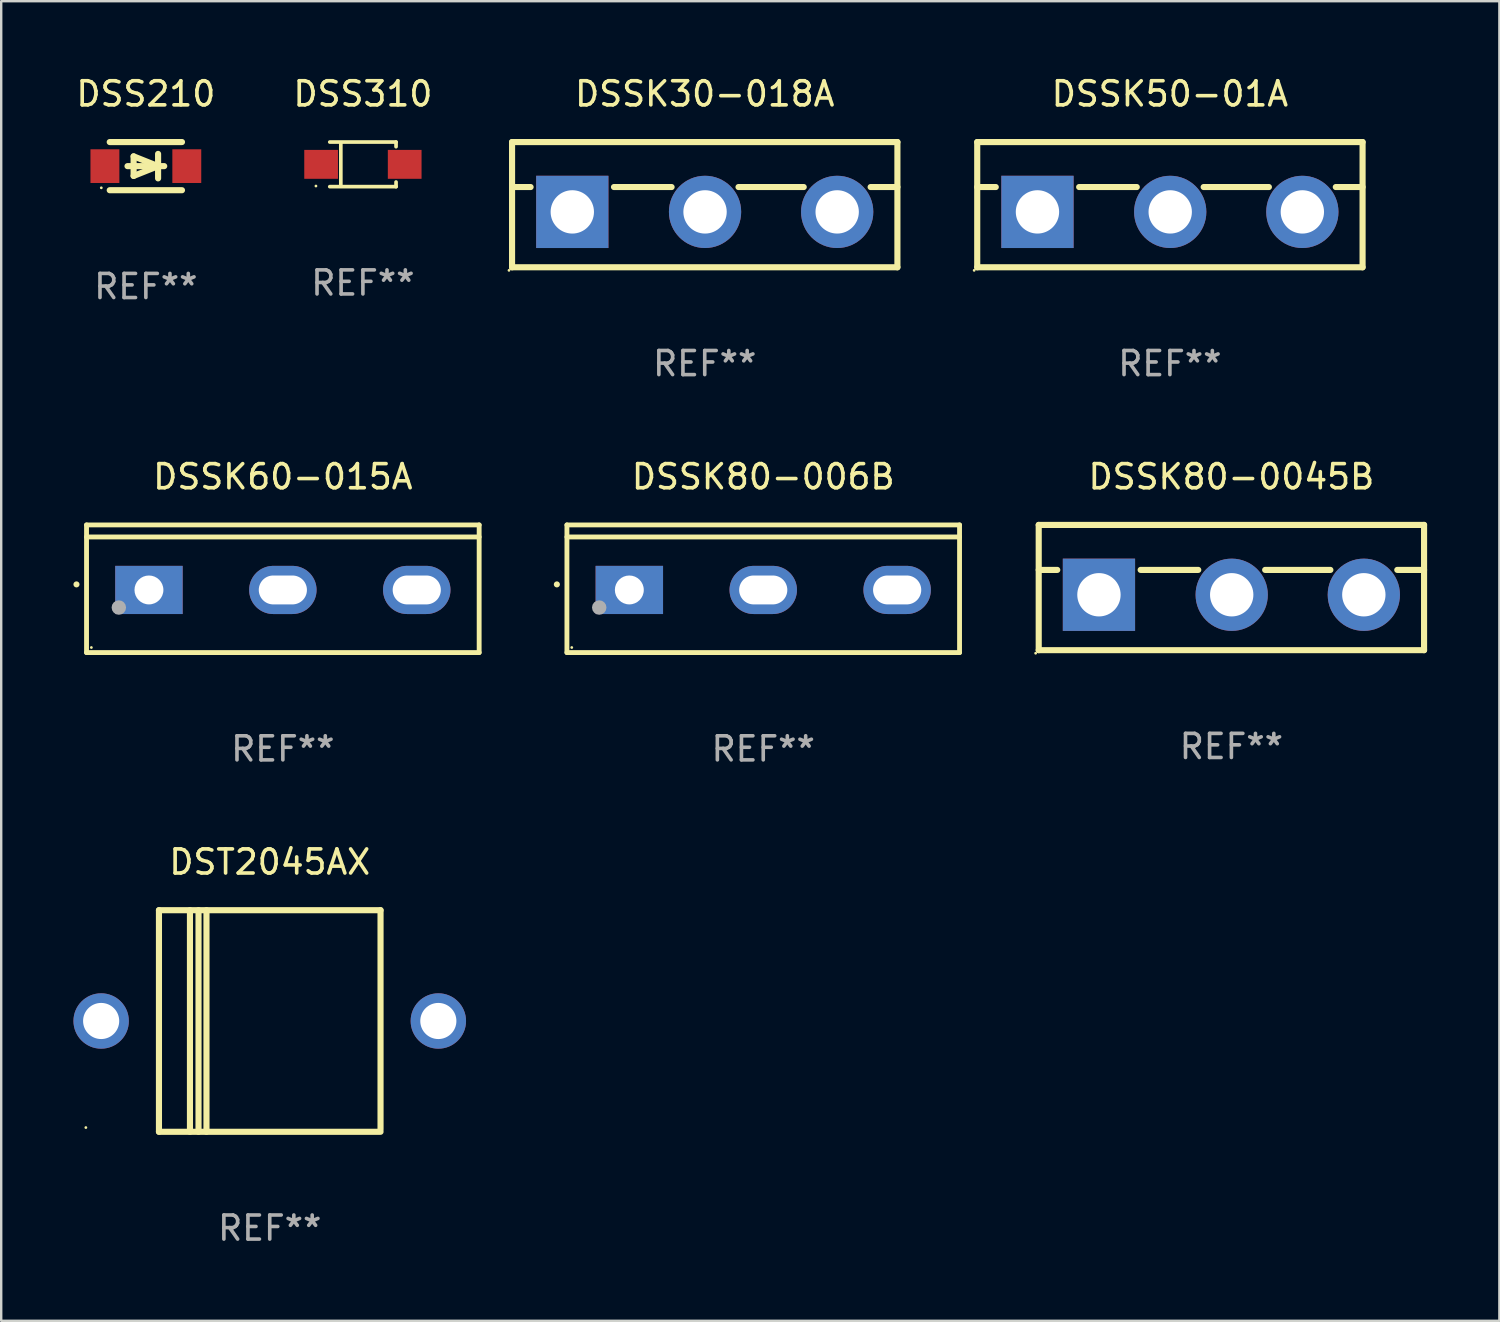
<source format=kicad_pcb>
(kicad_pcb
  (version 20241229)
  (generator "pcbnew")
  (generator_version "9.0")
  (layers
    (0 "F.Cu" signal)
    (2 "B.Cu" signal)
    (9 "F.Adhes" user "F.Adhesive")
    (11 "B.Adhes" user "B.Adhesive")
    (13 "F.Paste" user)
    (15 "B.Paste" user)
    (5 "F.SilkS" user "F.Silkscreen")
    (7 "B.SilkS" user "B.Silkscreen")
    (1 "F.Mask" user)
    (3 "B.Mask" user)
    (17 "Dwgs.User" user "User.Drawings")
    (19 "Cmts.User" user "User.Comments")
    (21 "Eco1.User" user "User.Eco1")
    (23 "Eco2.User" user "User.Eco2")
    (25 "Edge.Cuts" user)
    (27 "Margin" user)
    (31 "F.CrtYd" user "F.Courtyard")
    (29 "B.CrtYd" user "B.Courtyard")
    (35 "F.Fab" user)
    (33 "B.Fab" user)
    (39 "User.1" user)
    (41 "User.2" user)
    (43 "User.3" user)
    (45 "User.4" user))
  (footprint "DSSK80-0045B"
    (layer "F.Cu")
    (at 48.078 21.345)
    (property "Reference" "DSSK80-0045B" (at 0 -4.6 0) (layer "F.SilkS") (effects (font (size 1 1) (thickness 0.15))))
    (attr through_hole)
    (fp_line (start -8 -2.6) (end -8 2.6) (stroke (width 0.254) (type solid)) (layer "F.SilkS"))
    (fp_line (start -8 -2.6) (end 8 -2.6) (stroke (width 0.254) (type solid)) (layer "F.SilkS"))
    (fp_line (start -8 -0.732) (end -7.23 -0.732) (stroke (width 0.254) (type solid)) (layer "F.SilkS"))
    (fp_line (start -8 2.6) (end 8 2.6) (stroke (width 0.254) (type solid)) (layer "F.SilkS"))
    (fp_line (start -3.768 -0.732) (end -1.376 -0.732) (stroke (width 0.254) (type solid)) (layer "F.SilkS"))
    (fp_line (start 1.402 -0.732) (end 4.11 -0.732) (stroke (width 0.254) (type solid)) (layer "F.SilkS"))
    (fp_line (start 6.888 -0.732) (end 8 -0.732) (stroke (width 0.254) (type solid)) (layer "F.SilkS"))
    (fp_line (start 8 -2.6) (end 8 2.6) (stroke (width 0.254) (type solid)) (layer "F.SilkS"))
    (fp_circle (center -8.127 2.727) (end -8.097 2.727) (stroke (width 0.06) (type solid)) (fill no) (layer "F.SilkS"))
    (fp_text user "REF**" (at 0 6.6 0) (layer "F.Fab") (effects (font (size 1 1) (thickness 0.15))))
    (pad "1" thru_hole rect (at -5.499 0.3) (size 3 3) (drill 1.8) (layers "*.Cu" "*.Mask"))
    (pad "2" thru_hole circle (at 0.013 0.3) (size 3 3) (drill 1.8) (layers "*.Cu" "*.Mask"))
    (pad "3" thru_hole circle (at 5.499 0.3) (size 3 3) (drill 1.8) (layers "*.Cu" "*.Mask")))
  (footprint "DST2045AX"
    (layer "F.Cu")
    (at 8.15 39.342)
    (property "Reference" "DST2045AX" (at 0 -6.6 0) (layer "F.SilkS") (effects (font (size 1 1) (thickness 0.15))))
    (attr through_hole)
    (fp_line (start -4.6 -4.6) (end -4.6 4.6) (stroke (width 0.254) (type solid)) (layer "F.SilkS"))
    (fp_line (start -4.6 -4.6) (end 4.6 -4.6) (stroke (width 0.254) (type solid)) (layer "F.SilkS"))
    (fp_line (start -4.6 4.6) (end 4.6 4.6) (stroke (width 0.254) (type solid)) (layer "F.SilkS"))
    (fp_line (start -3.313 -4.6) (end -3.313 4.6) (stroke (width 0.254) (type solid)) (layer "F.SilkS"))
    (fp_line (start -2.957 -4.6) (end -2.957 4.6) (stroke (width 0.254) (type solid)) (layer "F.SilkS"))
    (fp_line (start -2.627 -4.6) (end -2.627 4.6) (stroke (width 0.254) (type solid)) (layer "F.SilkS"))
    (fp_line (start 4.6 -4.6) (end 4.6 4.5) (stroke (width 0.254) (type solid)) (layer "F.SilkS"))
    (fp_circle (center -7.635 4.425) (end -7.605 4.425) (stroke (width 0.06) (type solid)) (fill no) (layer "F.SilkS"))
    (fp_text user "REF**" (at 0 8.6 0) (layer "F.Fab") (effects (font (size 1 1) (thickness 0.15))))
    (pad "1" thru_hole circle (at -7 0) (size 2.3 2.3) (drill 1.5) (layers "*.Cu" "*.Mask"))
    (pad "2" thru_hole circle (at 7 0) (size 2.3 2.3) (drill 1.5) (layers "*.Cu" "*.Mask")))
  (footprint "DSSK50-01A"
    (layer "F.Cu")
    (at 45.525 5.448)
    (property "Reference" "DSSK50-01A" (at 0 -4.6 0) (layer "F.SilkS") (effects (font (size 1 1) (thickness 0.15))))
    (attr through_hole)
    (fp_line (start -8 -2.6) (end -8 2.6) (stroke (width 0.254) (type solid)) (layer "F.SilkS"))
    (fp_line (start -8 -2.6) (end 8 -2.6) (stroke (width 0.254) (type solid)) (layer "F.SilkS"))
    (fp_line (start -8 -0.732) (end -7.23 -0.732) (stroke (width 0.254) (type solid)) (layer "F.SilkS"))
    (fp_line (start -8 2.6) (end 8 2.6) (stroke (width 0.254) (type solid)) (layer "F.SilkS"))
    (fp_line (start -3.768 -0.732) (end -1.376 -0.732) (stroke (width 0.254) (type solid)) (layer "F.SilkS"))
    (fp_line (start 1.402 -0.732) (end 4.11 -0.732) (stroke (width 0.254) (type solid)) (layer "F.SilkS"))
    (fp_line (start 6.888 -0.732) (end 8 -0.732) (stroke (width 0.254) (type solid)) (layer "F.SilkS"))
    (fp_line (start 8 -2.6) (end 8 2.6) (stroke (width 0.254) (type solid)) (layer "F.SilkS"))
    (fp_circle (center -8.127 2.727) (end -8.097 2.727) (stroke (width 0.06) (type solid)) (fill no) (layer "F.SilkS"))
    (fp_text user "REF**" (at 0 6.6 0) (layer "F.Fab") (effects (font (size 1 1) (thickness 0.15))))
    (pad "1" thru_hole rect (at -5.499 0.3) (size 3 3) (drill 1.8) (layers "*.Cu" "*.Mask"))
    (pad "2" thru_hole circle (at 0.013 0.3) (size 3 3) (drill 1.8) (layers "*.Cu" "*.Mask"))
    (pad "3" thru_hole circle (at 5.499 0.3) (size 3 3) (drill 1.8) (layers "*.Cu" "*.Mask")))
  (footprint "DSS310"
    (layer "F.Cu")
    (at 12.018 3.774)
    (property "Reference" "DSS310" (at 0 -2.926 0) (layer "F.SilkS") (effects (font (size 1 1) (thickness 0.15))))
    (attr through_hole)
    (fp_line (start -1.376 -0.926) (end 1.376 -0.926) (stroke (width 0.152) (type solid)) (layer "F.SilkS"))
    (fp_line (start -1.376 0.926) (end 1.376 0.926) (stroke (width 0.152) (type solid)) (layer "F.SilkS"))
    (fp_line (start -0.917 -0.876) (end -0.917 0.876) (stroke (width 0.152) (type solid)) (layer "F.SilkS"))
    (fp_line (start 1.376 -0.926) (end 1.376 -0.733) (stroke (width 0.152) (type solid)) (layer "F.SilkS"))
    (fp_line (start 1.376 0.926) (end 1.376 0.733) (stroke (width 0.152) (type solid)) (layer "F.SilkS"))
    (fp_circle (center -1.95 0.9) (end -1.92 0.9) (stroke (width 0.06) (type solid)) (fill no) (layer "F.SilkS"))
    (fp_text user "REF**" (at 0 4.926 0) (layer "F.Fab") (effects (font (size 1 1) (thickness 0.15))))
    (pad "1" smd rect (at -1.735 0) (size 1.4 1.2) (layers "F.Cu" "F.Mask" "F.Paste"))
    (pad "2" smd rect (at 1.735 0) (size 1.4 1.2) (layers "F.Cu" "F.Mask" "F.Paste")))
  (footprint "DSSK80-006B"
    (layer "F.Cu")
    (at 28.64 21.395)
    (property "Reference" "DSSK80-006B" (at 0 -4.65 0) (layer "F.SilkS") (effects (font (size 1 1) (thickness 0.15))))
    (attr through_hole)
    (fp_line (start -8.151 -2.65) (end -8.151 2.65) (stroke (width 0.201) (type solid)) (layer "F.SilkS"))
    (fp_line (start 8.151 -2.65) (end -8.151 -2.65) (stroke (width 0.201) (type solid)) (layer "F.SilkS"))
    (fp_line (start 8.151 -2.15) (end -8.151 -2.15) (stroke (width 0.201) (type solid)) (layer "F.SilkS"))
    (fp_line (start 8.151 2.65) (end -8.151 2.65) (stroke (width 0.201) (type solid)) (layer "F.SilkS"))
    (fp_line (start 8.151 2.65) (end 8.151 -2.65) (stroke (width 0.201) (type solid)) (layer "F.SilkS"))
    (fp_arc (start -8.570003 -0.18048) (mid -8.568733 -0.180486) (end -8.567463 -0.18048) (stroke (width 0.24892) (type solid)) (layer "F.SilkS"))
    (fp_circle (center -7.95 2.44) (end -7.92 2.44) (stroke (width 0.06) (type solid)) (fill no) (layer "F.SilkS"))
    (fp_circle (center -6.81 0.78) (end -6.66 0.78) (stroke (width 0.3) (type solid)) (fill no) (layer "F.Fab"))
    (fp_text user "REF**" (at 0 6.65 0) (layer "F.Fab") (effects (font (size 1 1) (thickness 0.15))))
    (pad "1" thru_hole rect (at -5.56 0.05 90) (size 2 2.8) (drill 1.2) (layers "*.Cu" "*.Mask"))
    (pad "2" thru_hole oval (at 0 0.05 90) (size 2 2.8) (drill oval 1.2 2) (layers "*.Cu" "*.Mask"))
    (pad "3" thru_hole oval (at 5.56 0.05 90) (size 2 2.8) (drill oval 1.2 2) (layers "*.Cu" "*.Mask")))
  (footprint "DSS210"
    (layer "F.Cu")
    (at 3.006 3.848)
    (property "Reference" "DSS210" (at 0 -3 0) (layer "F.SilkS") (effects (font (size 1 1) (thickness 0.15))))
    (attr through_hole)
    (fp_line (start -1.5 -1) (end 1.5 -1) (stroke (width 0.254) (type solid)) (layer "F.SilkS"))
    (fp_line (start -1.5 1) (end 1.5 1) (stroke (width 0.254) (type solid)) (layer "F.SilkS"))
    (fp_line (start -0.508 -0.406) (end 0.508 0) (stroke (width 0.254) (type solid)) (layer "F.SilkS"))
    (fp_line (start -0.508 0.406) (end -0.508 -0.406) (stroke (width 0.254) (type solid)) (layer "F.SilkS"))
    (fp_line (start 0.508 0) (end -0.508 0.406) (stroke (width 0.254) (type solid)) (layer "F.SilkS"))
    (fp_line (start 0.508 0.508) (end 0.508 -0.508) (stroke (width 0.254) (type solid)) (layer "F.SilkS"))
    (fp_line (start 0.762 0) (end -0.762 0) (stroke (width 0.254) (type solid)) (layer "F.SilkS"))
    (fp_circle (center -1.85 0.9) (end -1.82 0.9) (stroke (width 0.06) (type solid)) (fill no) (layer "F.SilkS"))
    (fp_text user "REF**" (at 0 5 0) (layer "F.Fab") (effects (font (size 1 1) (thickness 0.15))))
    (pad "1" smd rect (at -1.7 0) (size 1.2 1.4) (layers "F.Cu" "F.Mask" "F.Paste"))
    (pad "2" smd rect (at 1.7 0) (size 1.2 1.4) (layers "F.Cu" "F.Mask" "F.Paste")))
  (footprint "DSSK30-018A"
    (layer "F.Cu")
    (at 26.211 5.448)
    (property "Reference" "DSSK30-018A" (at 0 -4.6 0) (layer "F.SilkS") (effects (font (size 1 1) (thickness 0.15))))
    (attr through_hole)
    (fp_line (start -8 -2.6) (end -8 2.6) (stroke (width 0.254) (type solid)) (layer "F.SilkS"))
    (fp_line (start -8 -2.6) (end 8 -2.6) (stroke (width 0.254) (type solid)) (layer "F.SilkS"))
    (fp_line (start -8 -0.732) (end -7.23 -0.732) (stroke (width 0.254) (type solid)) (layer "F.SilkS"))
    (fp_line (start -8 2.6) (end 8 2.6) (stroke (width 0.254) (type solid)) (layer "F.SilkS"))
    (fp_line (start -3.768 -0.732) (end -1.376 -0.732) (stroke (width 0.254) (type solid)) (layer "F.SilkS"))
    (fp_line (start 1.402 -0.732) (end 4.11 -0.732) (stroke (width 0.254) (type solid)) (layer "F.SilkS"))
    (fp_line (start 6.888 -0.732) (end 8 -0.732) (stroke (width 0.254) (type solid)) (layer "F.SilkS"))
    (fp_line (start 8 -2.6) (end 8 2.6) (stroke (width 0.254) (type solid)) (layer "F.SilkS"))
    (fp_circle (center -8.127 2.727) (end -8.097 2.727) (stroke (width 0.06) (type solid)) (fill no) (layer "F.SilkS"))
    (fp_text user "REF**" (at 0 6.6 0) (layer "F.Fab") (effects (font (size 1 1) (thickness 0.15))))
    (pad "1" thru_hole rect (at -5.499 0.3) (size 3 3) (drill 1.8) (layers "*.Cu" "*.Mask"))
    (pad "2" thru_hole circle (at 0.013 0.3) (size 3 3) (drill 1.8) (layers "*.Cu" "*.Mask"))
    (pad "3" thru_hole circle (at 5.499 0.3) (size 3 3) (drill 1.8) (layers "*.Cu" "*.Mask")))
  (footprint "DSSK60-015A"
    (layer "F.Cu")
    (at 8.694 21.395)
    (property "Reference" "DSSK60-015A" (at 0 -4.65 0) (layer "F.SilkS") (effects (font (size 1 1) (thickness 0.15))))
    (attr through_hole)
    (fp_line (start -8.151 -2.65) (end -8.151 2.65) (stroke (width 0.201) (type solid)) (layer "F.SilkS"))
    (fp_line (start 8.151 -2.65) (end -8.151 -2.65) (stroke (width 0.201) (type solid)) (layer "F.SilkS"))
    (fp_line (start 8.151 -2.15) (end -8.151 -2.15) (stroke (width 0.201) (type solid)) (layer "F.SilkS"))
    (fp_line (start 8.151 2.65) (end -8.151 2.65) (stroke (width 0.201) (type solid)) (layer "F.SilkS"))
    (fp_line (start 8.151 2.65) (end 8.151 -2.65) (stroke (width 0.201) (type solid)) (layer "F.SilkS"))
    (fp_arc (start -8.570003 -0.18048) (mid -8.568733 -0.180486) (end -8.567463 -0.18048) (stroke (width 0.24892) (type solid)) (layer "F.SilkS"))
    (fp_circle (center -7.95 2.44) (end -7.92 2.44) (stroke (width 0.06) (type solid)) (fill no) (layer "F.SilkS"))
    (fp_circle (center -6.81 0.78) (end -6.66 0.78) (stroke (width 0.3) (type solid)) (fill no) (layer "F.Fab"))
    (fp_text user "REF**" (at 0 6.65 0) (layer "F.Fab") (effects (font (size 1 1) (thickness 0.15))))
    (pad "1" thru_hole rect (at -5.56 0.05 90) (size 2 2.8) (drill 1.2) (layers "*.Cu" "*.Mask"))
    (pad "2" thru_hole oval (at 0 0.05 90) (size 2 2.8) (drill oval 1.2 2) (layers "*.Cu" "*.Mask"))
    (pad "3" thru_hole oval (at 5.56 0.05 90) (size 2 2.8) (drill oval 1.2 2) (layers "*.Cu" "*.Mask")))
  (gr_rect
    (start -3 -3)
    (end 59.205 51.79)
    (stroke (width 0.1) (type default))
    (fill no)
    (layer "Edge.Cuts")))
</source>
